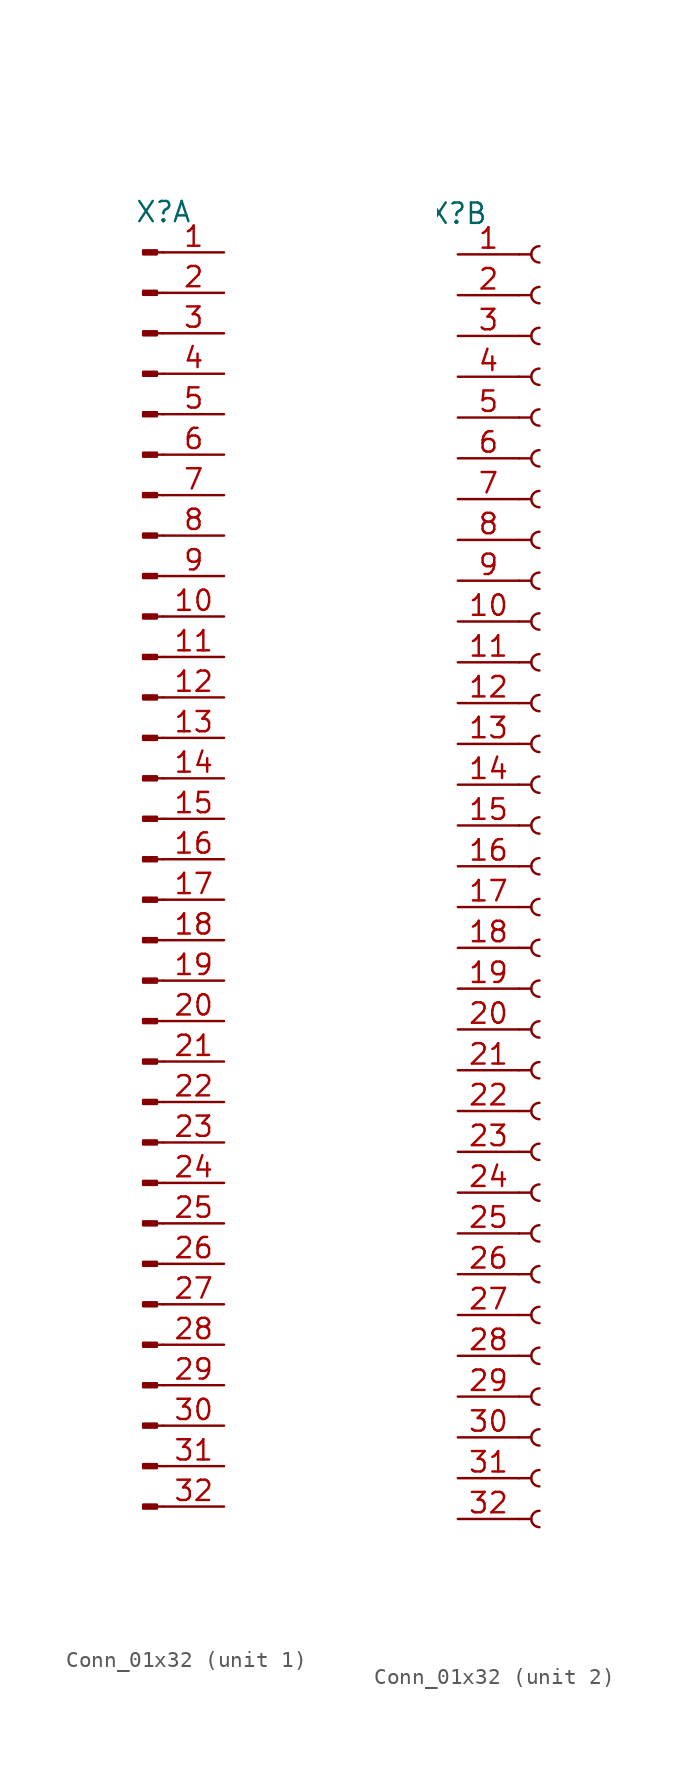
<source format=kicad_sym>
(kicad_symbol_lib
  (version 20241209)
  (generator "kicad_symbol_editor")
  (generator_version "9.0")
  (symbol "Conn_01x32"
    (pin_names
      (offset 1.016)
      (hide yes))
    (property "Reference" "X"
      (at 0 40.64 0)
      (effects (font (size 1.27 1.27))))
    (property "ki_locked" ""
      (at 0 0 0)
      (effects (font (size 1.27 1.27))))
    (symbol "Conn_01x32_1_1"
      (rectangle (start -0.406 38.227) (end -1.27 37.973) (stroke (width 0.152) (type default)) (fill (type outline)))
      (rectangle (start -0.406 35.687) (end -1.27 35.433) (stroke (width 0.152) (type default)) (fill (type outline)))
      (rectangle (start -0.406 33.147) (end -1.27 32.893) (stroke (width 0.152) (type default)) (fill (type outline)))
      (rectangle (start -0.406 30.607) (end -1.27 30.353) (stroke (width 0.152) (type default)) (fill (type outline)))
      (rectangle (start -0.406 28.067) (end -1.27 27.813) (stroke (width 0.152) (type default)) (fill (type outline)))
      (rectangle (start -0.406 25.527) (end -1.27 25.273) (stroke (width 0.152) (type default)) (fill (type outline)))
      (rectangle (start -0.406 22.987) (end -1.27 22.733) (stroke (width 0.152) (type default)) (fill (type outline)))
      (rectangle (start -0.406 20.447) (end -1.27 20.193) (stroke (width 0.152) (type default)) (fill (type outline)))
      (rectangle (start -0.406 17.907) (end -1.27 17.653) (stroke (width 0.152) (type default)) (fill (type outline)))
      (rectangle (start -0.406 15.367) (end -1.27 15.113) (stroke (width 0.152) (type default)) (fill (type outline)))
      (rectangle (start -0.406 12.827) (end -1.27 12.573) (stroke (width 0.152) (type default)) (fill (type outline)))
      (rectangle (start -0.406 10.287) (end -1.27 10.033) (stroke (width 0.152) (type default)) (fill (type outline)))
      (rectangle (start -0.406 7.747) (end -1.27 7.493) (stroke (width 0.152) (type default)) (fill (type outline)))
      (rectangle (start -0.406 5.207) (end -1.27 4.953) (stroke (width 0.152) (type default)) (fill (type outline)))
      (rectangle (start -0.406 2.667) (end -1.27 2.413) (stroke (width 0.152) (type default)) (fill (type outline)))
      (rectangle (start -0.406 0.127) (end -1.27 -0.127) (stroke (width 0.152) (type default)) (fill (type outline)))
      (rectangle (start -0.406 -2.413) (end -1.27 -2.667) (stroke (width 0.152) (type default)) (fill (type outline)))
      (rectangle (start -0.406 -4.953) (end -1.27 -5.207) (stroke (width 0.152) (type default)) (fill (type outline)))
      (rectangle (start -0.406 -7.493) (end -1.27 -7.747) (stroke (width 0.152) (type default)) (fill (type outline)))
      (rectangle (start -0.406 -10.033) (end -1.27 -10.287) (stroke (width 0.152) (type default)) (fill (type outline)))
      (rectangle (start -0.406 -12.573) (end -1.27 -12.827) (stroke (width 0.152) (type default)) (fill (type outline)))
      (rectangle (start -0.406 -15.113) (end -1.27 -15.367) (stroke (width 0.152) (type default)) (fill (type outline)))
      (rectangle (start -0.406 -17.653) (end -1.27 -17.907) (stroke (width 0.152) (type default)) (fill (type outline)))
      (rectangle (start -0.406 -20.193) (end -1.27 -20.447) (stroke (width 0.152) (type default)) (fill (type outline)))
      (rectangle (start -0.406 -22.733) (end -1.27 -22.987) (stroke (width 0.152) (type default)) (fill (type outline)))
      (rectangle (start -0.406 -25.273) (end -1.27 -25.527) (stroke (width 0.152) (type default)) (fill (type outline)))
      (rectangle (start -0.406 -27.813) (end -1.27 -28.067) (stroke (width 0.152) (type default)) (fill (type outline)))
      (rectangle (start -0.406 -30.353) (end -1.27 -30.607) (stroke (width 0.152) (type default)) (fill (type outline)))
      (rectangle (start -0.406 -32.893) (end -1.27 -33.147) (stroke (width 0.152) (type default)) (fill (type outline)))
      (rectangle (start -0.406 -35.433) (end -1.27 -35.687) (stroke (width 0.152) (type default)) (fill (type outline)))
      (rectangle (start -0.406 -37.973) (end -1.27 -38.227) (stroke (width 0.152) (type default)) (fill (type outline)))
      (rectangle (start -0.406 -40.513) (end -1.27 -40.767) (stroke (width 0.152) (type default)) (fill (type outline)))
      (polyline (pts (xy 0 38.1) (xy -0.406 38.1)) (stroke (width 0.152) (type default)) (fill (type none)))
      (polyline (pts (xy 0 35.56) (xy -0.406 35.56)) (stroke (width 0.152) (type default)) (fill (type none)))
      (polyline (pts (xy 0 33.02) (xy -0.406 33.02)) (stroke (width 0.152) (type default)) (fill (type none)))
      (polyline (pts (xy 0 30.48) (xy -0.406 30.48)) (stroke (width 0.152) (type default)) (fill (type none)))
      (polyline (pts (xy 0 27.94) (xy -0.406 27.94)) (stroke (width 0.152) (type default)) (fill (type none)))
      (polyline (pts (xy 0 25.4) (xy -0.406 25.4)) (stroke (width 0.152) (type default)) (fill (type none)))
      (polyline (pts (xy 0 22.86) (xy -0.406 22.86)) (stroke (width 0.152) (type default)) (fill (type none)))
      (polyline (pts (xy 0 20.32) (xy -0.406 20.32)) (stroke (width 0.152) (type default)) (fill (type none)))
      (polyline (pts (xy 0 17.78) (xy -0.406 17.78)) (stroke (width 0.152) (type default)) (fill (type none)))
      (polyline (pts (xy 0 15.24) (xy -0.406 15.24)) (stroke (width 0.152) (type default)) (fill (type none)))
      (polyline (pts (xy 0 12.7) (xy -0.406 12.7)) (stroke (width 0.152) (type default)) (fill (type none)))
      (polyline (pts (xy 0 10.16) (xy -0.406 10.16)) (stroke (width 0.152) (type default)) (fill (type none)))
      (polyline (pts (xy 0 7.62) (xy -0.406 7.62)) (stroke (width 0.152) (type default)) (fill (type none)))
      (polyline (pts (xy 0 5.08) (xy -0.406 5.08)) (stroke (width 0.152) (type default)) (fill (type none)))
      (polyline (pts (xy 0 2.54) (xy -0.406 2.54)) (stroke (width 0.152) (type default)) (fill (type none)))
      (polyline (pts (xy 0 0) (xy -0.406 0)) (stroke (width 0.152) (type default)) (fill (type none)))
      (polyline (pts (xy 0 -2.54) (xy -0.406 -2.54)) (stroke (width 0.152) (type default)) (fill (type none)))
      (polyline (pts (xy 0 -5.08) (xy -0.406 -5.08)) (stroke (width 0.152) (type default)) (fill (type none)))
      (polyline (pts (xy 0 -7.62) (xy -0.406 -7.62)) (stroke (width 0.152) (type default)) (fill (type none)))
      (polyline (pts (xy 0 -10.16) (xy -0.406 -10.16)) (stroke (width 0.152) (type default)) (fill (type none)))
      (polyline (pts (xy 0 -12.7) (xy -0.406 -12.7)) (stroke (width 0.152) (type default)) (fill (type none)))
      (polyline (pts (xy 0 -15.24) (xy -0.406 -15.24)) (stroke (width 0.152) (type default)) (fill (type none)))
      (polyline (pts (xy 0 -17.78) (xy -0.406 -17.78)) (stroke (width 0.152) (type default)) (fill (type none)))
      (polyline (pts (xy 0 -20.32) (xy -0.406 -20.32)) (stroke (width 0.152) (type default)) (fill (type none)))
      (polyline (pts (xy 0 -22.86) (xy -0.406 -22.86)) (stroke (width 0.152) (type default)) (fill (type none)))
      (polyline (pts (xy 0 -25.4) (xy -0.406 -25.4)) (stroke (width 0.152) (type default)) (fill (type none)))
      (polyline (pts (xy 0 -27.94) (xy -0.406 -27.94)) (stroke (width 0.152) (type default)) (fill (type none)))
      (polyline (pts (xy 0 -30.48) (xy -0.406 -30.48)) (stroke (width 0.152) (type default)) (fill (type none)))
      (polyline (pts (xy 0 -33.02) (xy -0.406 -33.02)) (stroke (width 0.152) (type default)) (fill (type none)))
      (polyline (pts (xy 0 -35.56) (xy -0.406 -35.56)) (stroke (width 0.152) (type default)) (fill (type none)))
      (polyline (pts (xy 0 -38.1) (xy -0.406 -38.1)) (stroke (width 0.152) (type default)) (fill (type none)))
      (polyline (pts (xy 0 -40.64) (xy -0.406 -40.64)) (stroke (width 0.152) (type default)) (fill (type none)))
      (pin passive line (at 3.81 38.1 180) (length 3.81) (name "Pin_1" (effects (font (size 1.27 1.27)))) (number "1" (effects (font (size 1.27 1.27)))))
      (pin passive line (at 3.81 35.56 180) (length 3.81) (name "Pin_2" (effects (font (size 1.27 1.27)))) (number "2" (effects (font (size 1.27 1.27)))))
      (pin passive line (at 3.81 33.02 180) (length 3.81) (name "Pin_3" (effects (font (size 1.27 1.27)))) (number "3" (effects (font (size 1.27 1.27)))))
      (pin passive line (at 3.81 30.48 180) (length 3.81) (name "Pin_4" (effects (font (size 1.27 1.27)))) (number "4" (effects (font (size 1.27 1.27)))))
      (pin passive line (at 3.81 27.94 180) (length 3.81) (name "Pin_5" (effects (font (size 1.27 1.27)))) (number "5" (effects (font (size 1.27 1.27)))))
      (pin passive line (at 3.81 25.4 180) (length 3.81) (name "Pin_6" (effects (font (size 1.27 1.27)))) (number "6" (effects (font (size 1.27 1.27)))))
      (pin passive line (at 3.81 22.86 180) (length 3.81) (name "Pin_7" (effects (font (size 1.27 1.27)))) (number "7" (effects (font (size 1.27 1.27)))))
      (pin passive line (at 3.81 20.32 180) (length 3.81) (name "Pin_8" (effects (font (size 1.27 1.27)))) (number "8" (effects (font (size 1.27 1.27)))))
      (pin passive line (at 3.81 17.78 180) (length 3.81) (name "Pin_9" (effects (font (size 1.27 1.27)))) (number "9" (effects (font (size 1.27 1.27)))))
      (pin passive line (at 3.81 15.24 180) (length 3.81) (name "Pin_10" (effects (font (size 1.27 1.27)))) (number "10" (effects (font (size 1.27 1.27)))))
      (pin passive line (at 3.81 12.7 180) (length 3.81) (name "Pin_11" (effects (font (size 1.27 1.27)))) (number "11" (effects (font (size 1.27 1.27)))))
      (pin passive line (at 3.81 10.16 180) (length 3.81) (name "Pin_12" (effects (font (size 1.27 1.27)))) (number "12" (effects (font (size 1.27 1.27)))))
      (pin passive line (at 3.81 7.62 180) (length 3.81) (name "Pin_13" (effects (font (size 1.27 1.27)))) (number "13" (effects (font (size 1.27 1.27)))))
      (pin passive line (at 3.81 5.08 180) (length 3.81) (name "Pin_14" (effects (font (size 1.27 1.27)))) (number "14" (effects (font (size 1.27 1.27)))))
      (pin passive line (at 3.81 2.54 180) (length 3.81) (name "Pin_15" (effects (font (size 1.27 1.27)))) (number "15" (effects (font (size 1.27 1.27)))))
      (pin passive line (at 3.81 0 180) (length 3.81) (name "Pin_16" (effects (font (size 1.27 1.27)))) (number "16" (effects (font (size 1.27 1.27)))))
      (pin passive line (at 3.81 -2.54 180) (length 3.81) (name "Pin_17" (effects (font (size 1.27 1.27)))) (number "17" (effects (font (size 1.27 1.27)))))
      (pin passive line (at 3.81 -5.08 180) (length 3.81) (name "Pin_18" (effects (font (size 1.27 1.27)))) (number "18" (effects (font (size 1.27 1.27)))))
      (pin passive line (at 3.81 -7.62 180) (length 3.81) (name "Pin_19" (effects (font (size 1.27 1.27)))) (number "19" (effects (font (size 1.27 1.27)))))
      (pin passive line (at 3.81 -10.16 180) (length 3.81) (name "Pin_20" (effects (font (size 1.27 1.27)))) (number "20" (effects (font (size 1.27 1.27)))))
      (pin passive line (at 3.81 -12.7 180) (length 3.81) (name "Pin_21" (effects (font (size 1.27 1.27)))) (number "21" (effects (font (size 1.27 1.27)))))
      (pin passive line (at 3.81 -15.24 180) (length 3.81) (name "Pin_22" (effects (font (size 1.27 1.27)))) (number "22" (effects (font (size 1.27 1.27)))))
      (pin passive line (at 3.81 -17.78 180) (length 3.81) (name "Pin_23" (effects (font (size 1.27 1.27)))) (number "23" (effects (font (size 1.27 1.27)))))
      (pin passive line (at 3.81 -20.32 180) (length 3.81) (name "Pin_24" (effects (font (size 1.27 1.27)))) (number "24" (effects (font (size 1.27 1.27)))))
      (pin passive line (at 3.81 -22.86 180) (length 3.81) (name "Pin_25" (effects (font (size 1.27 1.27)))) (number "25" (effects (font (size 1.27 1.27)))))
      (pin passive line (at 3.81 -25.4 180) (length 3.81) (name "Pin_26" (effects (font (size 1.27 1.27)))) (number "26" (effects (font (size 1.27 1.27)))))
      (pin passive line (at 3.81 -27.94 180) (length 3.81) (name "Pin_27" (effects (font (size 1.27 1.27)))) (number "27" (effects (font (size 1.27 1.27)))))
      (pin passive line (at 3.81 -30.48 180) (length 3.81) (name "Pin_28" (effects (font (size 1.27 1.27)))) (number "28" (effects (font (size 1.27 1.27)))))
      (pin passive line (at 3.81 -33.02 180) (length 3.81) (name "Pin_29" (effects (font (size 1.27 1.27)))) (number "29" (effects (font (size 1.27 1.27)))))
      (pin passive line (at 3.81 -35.56 180) (length 3.81) (name "Pin_30" (effects (font (size 1.27 1.27)))) (number "30" (effects (font (size 1.27 1.27)))))
      (pin passive line (at 3.81 -38.1 180) (length 3.81) (name "Pin_31" (effects (font (size 1.27 1.27)))) (number "31" (effects (font (size 1.27 1.27)))))
      (pin passive line (at 3.81 -40.64 180) (length 3.81) (name "Pin_32" (effects (font (size 1.27 1.27)))) (number "32" (effects (font (size 1.27 1.27))))))
    (symbol "Conn_01x32_2_1"
      (polyline (pts (xy 3.81 38.1) (xy 4.572 38.1)) (stroke (width 0.152) (type default)) (fill (type none)))
      (polyline (pts (xy 3.81 35.56) (xy 4.572 35.56)) (stroke (width 0.152) (type default)) (fill (type none)))
      (polyline (pts (xy 3.81 33.02) (xy 4.572 33.02)) (stroke (width 0.152) (type default)) (fill (type none)))
      (polyline (pts (xy 3.81 30.48) (xy 4.572 30.48)) (stroke (width 0.152) (type default)) (fill (type none)))
      (polyline (pts (xy 3.81 27.94) (xy 4.572 27.94)) (stroke (width 0.152) (type default)) (fill (type none)))
      (polyline (pts (xy 3.81 25.4) (xy 4.572 25.4)) (stroke (width 0.152) (type default)) (fill (type none)))
      (polyline (pts (xy 3.81 22.86) (xy 4.572 22.86)) (stroke (width 0.152) (type default)) (fill (type none)))
      (polyline (pts (xy 3.81 20.32) (xy 4.572 20.32)) (stroke (width 0.152) (type default)) (fill (type none)))
      (polyline (pts (xy 3.81 17.78) (xy 4.572 17.78)) (stroke (width 0.152) (type default)) (fill (type none)))
      (polyline (pts (xy 3.81 15.24) (xy 4.572 15.24)) (stroke (width 0.152) (type default)) (fill (type none)))
      (polyline (pts (xy 3.81 12.7) (xy 4.572 12.7)) (stroke (width 0.152) (type default)) (fill (type none)))
      (polyline (pts (xy 3.81 10.16) (xy 4.572 10.16)) (stroke (width 0.152) (type default)) (fill (type none)))
      (polyline (pts (xy 3.81 7.62) (xy 4.572 7.62)) (stroke (width 0.152) (type default)) (fill (type none)))
      (polyline (pts (xy 3.81 5.08) (xy 4.572 5.08)) (stroke (width 0.152) (type default)) (fill (type none)))
      (polyline (pts (xy 3.81 2.54) (xy 4.572 2.54)) (stroke (width 0.152) (type default)) (fill (type none)))
      (polyline (pts (xy 3.81 0) (xy 4.572 0)) (stroke (width 0.152) (type default)) (fill (type none)))
      (polyline (pts (xy 3.81 -2.54) (xy 4.572 -2.54)) (stroke (width 0.152) (type default)) (fill (type none)))
      (polyline (pts (xy 3.81 -5.08) (xy 4.572 -5.08)) (stroke (width 0.152) (type default)) (fill (type none)))
      (polyline (pts (xy 3.81 -7.62) (xy 4.572 -7.62)) (stroke (width 0.152) (type default)) (fill (type none)))
      (polyline (pts (xy 3.81 -10.16) (xy 4.572 -10.16)) (stroke (width 0.152) (type default)) (fill (type none)))
      (polyline (pts (xy 3.81 -12.7) (xy 4.572 -12.7)) (stroke (width 0.152) (type default)) (fill (type none)))
      (polyline (pts (xy 3.81 -15.24) (xy 4.572 -15.24)) (stroke (width 0.152) (type default)) (fill (type none)))
      (polyline (pts (xy 3.81 -17.78) (xy 4.572 -17.78)) (stroke (width 0.152) (type default)) (fill (type none)))
      (polyline (pts (xy 3.81 -20.32) (xy 4.572 -20.32)) (stroke (width 0.152) (type default)) (fill (type none)))
      (polyline (pts (xy 3.81 -22.86) (xy 4.572 -22.86)) (stroke (width 0.152) (type default)) (fill (type none)))
      (polyline (pts (xy 3.81 -25.4) (xy 4.572 -25.4)) (stroke (width 0.152) (type default)) (fill (type none)))
      (polyline (pts (xy 3.81 -27.94) (xy 4.572 -27.94)) (stroke (width 0.152) (type default)) (fill (type none)))
      (polyline (pts (xy 3.81 -30.48) (xy 4.572 -30.48)) (stroke (width 0.152) (type default)) (fill (type none)))
      (polyline (pts (xy 3.81 -33.02) (xy 4.572 -33.02)) (stroke (width 0.152) (type default)) (fill (type none)))
      (polyline (pts (xy 3.81 -35.56) (xy 4.572 -35.56)) (stroke (width 0.152) (type default)) (fill (type none)))
      (polyline (pts (xy 3.81 -38.1) (xy 4.572 -38.1)) (stroke (width 0.152) (type default)) (fill (type none)))
      (polyline (pts (xy 3.81 -40.64) (xy 4.572 -40.64)) (stroke (width 0.152) (type default)) (fill (type none)))
      (arc (start 5.08 37.592) (mid 4.5742 38.1) (end 5.08 38.608) (stroke (width 0.1524) (type default)) (fill (type none)))
      (arc (start 5.08 35.052) (mid 4.5742 35.56) (end 5.08 36.068) (stroke (width 0.1524) (type default)) (fill (type none)))
      (arc (start 5.08 32.512) (mid 4.5742 33.02) (end 5.08 33.528) (stroke (width 0.1524) (type default)) (fill (type none)))
      (arc (start 5.08 29.972) (mid 4.5742 30.48) (end 5.08 30.988) (stroke (width 0.1524) (type default)) (fill (type none)))
      (arc (start 5.08 27.432) (mid 4.5742 27.94) (end 5.08 28.448) (stroke (width 0.1524) (type default)) (fill (type none)))
      (arc (start 5.08 24.892) (mid 4.5742 25.4) (end 5.08 25.908) (stroke (width 0.1524) (type default)) (fill (type none)))
      (arc (start 5.08 22.352) (mid 4.5742 22.86) (end 5.08 23.368) (stroke (width 0.1524) (type default)) (fill (type none)))
      (arc (start 5.08 19.812) (mid 4.5742 20.32) (end 5.08 20.828) (stroke (width 0.1524) (type default)) (fill (type none)))
      (arc (start 5.08 17.272) (mid 4.5742 17.78) (end 5.08 18.288) (stroke (width 0.1524) (type default)) (fill (type none)))
      (arc (start 5.08 14.732) (mid 4.5742 15.24) (end 5.08 15.748) (stroke (width 0.1524) (type default)) (fill (type none)))
      (arc (start 5.08 12.192) (mid 4.5742 12.7) (end 5.08 13.208) (stroke (width 0.1524) (type default)) (fill (type none)))
      (arc (start 5.08 9.652) (mid 4.5742 10.16) (end 5.08 10.668) (stroke (width 0.1524) (type default)) (fill (type none)))
      (arc (start 5.08 7.112) (mid 4.5742 7.62) (end 5.08 8.128) (stroke (width 0.1524) (type default)) (fill (type none)))
      (arc (start 5.08 4.572) (mid 4.5742 5.08) (end 5.08 5.588) (stroke (width 0.1524) (type default)) (fill (type none)))
      (arc (start 5.08 2.032) (mid 4.5742 2.54) (end 5.08 3.048) (stroke (width 0.1524) (type default)) (fill (type none)))
      (arc (start 5.08 -0.508) (mid 4.5742 0) (end 5.08 0.508) (stroke (width 0.1524) (type default)) (fill (type none)))
      (arc (start 5.08 -3.048) (mid 4.5742 -2.54) (end 5.08 -2.032) (stroke (width 0.1524) (type default)) (fill (type none)))
      (arc (start 5.08 -5.588) (mid 4.5742 -5.08) (end 5.08 -4.572) (stroke (width 0.1524) (type default)) (fill (type none)))
      (arc (start 5.08 -8.128) (mid 4.5742 -7.62) (end 5.08 -7.112) (stroke (width 0.1524) (type default)) (fill (type none)))
      (arc (start 5.08 -10.668) (mid 4.5742 -10.16) (end 5.08 -9.652) (stroke (width 0.1524) (type default)) (fill (type none)))
      (arc (start 5.08 -13.208) (mid 4.5742 -12.7) (end 5.08 -12.192) (stroke (width 0.1524) (type default)) (fill (type none)))
      (arc (start 5.08 -15.748) (mid 4.5742 -15.24) (end 5.08 -14.732) (stroke (width 0.1524) (type default)) (fill (type none)))
      (arc (start 5.08 -18.288) (mid 4.5742 -17.78) (end 5.08 -17.272) (stroke (width 0.1524) (type default)) (fill (type none)))
      (arc (start 5.08 -20.828) (mid 4.5742 -20.32) (end 5.08 -19.812) (stroke (width 0.1524) (type default)) (fill (type none)))
      (arc (start 5.08 -23.368) (mid 4.5742 -22.86) (end 5.08 -22.352) (stroke (width 0.1524) (type default)) (fill (type none)))
      (arc (start 5.08 -25.908) (mid 4.5742 -25.4) (end 5.08 -24.892) (stroke (width 0.1524) (type default)) (fill (type none)))
      (arc (start 5.08 -28.448) (mid 4.5742 -27.94) (end 5.08 -27.432) (stroke (width 0.1524) (type default)) (fill (type none)))
      (arc (start 5.08 -30.988) (mid 4.5742 -30.48) (end 5.08 -29.972) (stroke (width 0.1524) (type default)) (fill (type none)))
      (arc (start 5.08 -33.528) (mid 4.5742 -33.02) (end 5.08 -32.512) (stroke (width 0.1524) (type default)) (fill (type none)))
      (arc (start 5.08 -36.068) (mid 4.5742 -35.56) (end 5.08 -35.052) (stroke (width 0.1524) (type default)) (fill (type none)))
      (arc (start 5.08 -38.608) (mid 4.5742 -38.1) (end 5.08 -37.592) (stroke (width 0.1524) (type default)) (fill (type none)))
      (arc (start 5.08 -41.148) (mid 4.5742 -40.64) (end 5.08 -40.132) (stroke (width 0.1524) (type default)) (fill (type none)))
      (pin passive line (at 0 38.1 0) (length 3.81) (name "Pin_1" (effects (font (size 1.27 1.27)))) (number "1" (effects (font (size 1.27 1.27)))))
      (pin passive line (at 0 35.56 0) (length 3.81) (name "Pin_2" (effects (font (size 1.27 1.27)))) (number "2" (effects (font (size 1.27 1.27)))))
      (pin passive line (at 0 33.02 0) (length 3.81) (name "Pin_3" (effects (font (size 1.27 1.27)))) (number "3" (effects (font (size 1.27 1.27)))))
      (pin passive line (at 0 30.48 0) (length 3.81) (name "Pin_4" (effects (font (size 1.27 1.27)))) (number "4" (effects (font (size 1.27 1.27)))))
      (pin passive line (at 0 27.94 0) (length 3.81) (name "Pin_5" (effects (font (size 1.27 1.27)))) (number "5" (effects (font (size 1.27 1.27)))))
      (pin passive line (at 0 25.4 0) (length 3.81) (name "Pin_6" (effects (font (size 1.27 1.27)))) (number "6" (effects (font (size 1.27 1.27)))))
      (pin passive line (at 0 22.86 0) (length 3.81) (name "Pin_7" (effects (font (size 1.27 1.27)))) (number "7" (effects (font (size 1.27 1.27)))))
      (pin passive line (at 0 20.32 0) (length 3.81) (name "Pin_8" (effects (font (size 1.27 1.27)))) (number "8" (effects (font (size 1.27 1.27)))))
      (pin passive line (at 0 17.78 0) (length 3.81) (name "Pin_9" (effects (font (size 1.27 1.27)))) (number "9" (effects (font (size 1.27 1.27)))))
      (pin passive line (at 0 15.24 0) (length 3.81) (name "Pin_10" (effects (font (size 1.27 1.27)))) (number "10" (effects (font (size 1.27 1.27)))))
      (pin passive line (at 0 12.7 0) (length 3.81) (name "Pin_11" (effects (font (size 1.27 1.27)))) (number "11" (effects (font (size 1.27 1.27)))))
      (pin passive line (at 0 10.16 0) (length 3.81) (name "Pin_12" (effects (font (size 1.27 1.27)))) (number "12" (effects (font (size 1.27 1.27)))))
      (pin passive line (at 0 7.62 0) (length 3.81) (name "Pin_13" (effects (font (size 1.27 1.27)))) (number "13" (effects (font (size 1.27 1.27)))))
      (pin passive line (at 0 5.08 0) (length 3.81) (name "Pin_14" (effects (font (size 1.27 1.27)))) (number "14" (effects (font (size 1.27 1.27)))))
      (pin passive line (at 0 2.54 0) (length 3.81) (name "Pin_15" (effects (font (size 1.27 1.27)))) (number "15" (effects (font (size 1.27 1.27)))))
      (pin passive line (at 0 0 0) (length 3.81) (name "Pin_16" (effects (font (size 1.27 1.27)))) (number "16" (effects (font (size 1.27 1.27)))))
      (pin passive line (at 0 -2.54 0) (length 3.81) (name "Pin_17" (effects (font (size 1.27 1.27)))) (number "17" (effects (font (size 1.27 1.27)))))
      (pin passive line (at 0 -5.08 0) (length 3.81) (name "Pin_18" (effects (font (size 1.27 1.27)))) (number "18" (effects (font (size 1.27 1.27)))))
      (pin passive line (at 0 -7.62 0) (length 3.81) (name "Pin_19" (effects (font (size 1.27 1.27)))) (number "19" (effects (font (size 1.27 1.27)))))
      (pin passive line (at 0 -10.16 0) (length 3.81) (name "Pin_20" (effects (font (size 1.27 1.27)))) (number "20" (effects (font (size 1.27 1.27)))))
      (pin passive line (at 0 -12.7 0) (length 3.81) (name "Pin_21" (effects (font (size 1.27 1.27)))) (number "21" (effects (font (size 1.27 1.27)))))
      (pin passive line (at 0 -15.24 0) (length 3.81) (name "Pin_22" (effects (font (size 1.27 1.27)))) (number "22" (effects (font (size 1.27 1.27)))))
      (pin passive line (at 0 -17.78 0) (length 3.81) (name "Pin_23" (effects (font (size 1.27 1.27)))) (number "23" (effects (font (size 1.27 1.27)))))
      (pin passive line (at 0 -20.32 0) (length 3.81) (name "Pin_24" (effects (font (size 1.27 1.27)))) (number "24" (effects (font (size 1.27 1.27)))))
      (pin passive line (at 0 -22.86 0) (length 3.81) (name "Pin_25" (effects (font (size 1.27 1.27)))) (number "25" (effects (font (size 1.27 1.27)))))
      (pin passive line (at 0 -25.4 0) (length 3.81) (name "Pin_26" (effects (font (size 1.27 1.27)))) (number "26" (effects (font (size 1.27 1.27)))))
      (pin passive line (at 0 -27.94 0) (length 3.81) (name "Pin_27" (effects (font (size 1.27 1.27)))) (number "27" (effects (font (size 1.27 1.27)))))
      (pin passive line (at 0 -30.48 0) (length 3.81) (name "Pin_28" (effects (font (size 1.27 1.27)))) (number "28" (effects (font (size 1.27 1.27)))))
      (pin passive line (at 0 -33.02 0) (length 3.81) (name "Pin_29" (effects (font (size 1.27 1.27)))) (number "29" (effects (font (size 1.27 1.27)))))
      (pin passive line (at 0 -35.56 0) (length 3.81) (name "Pin_30" (effects (font (size 1.27 1.27)))) (number "30" (effects (font (size 1.27 1.27)))))
      (pin passive line (at 0 -38.1 0) (length 3.81) (name "Pin_31" (effects (font (size 1.27 1.27)))) (number "31" (effects (font (size 1.27 1.27)))))
      (pin passive line (at 0 -40.64 0) (length 3.81) (name "Pin_32" (effects (font (size 1.27 1.27)))) (number "32" (effects (font (size 1.27 1.27))))))))
</source>
